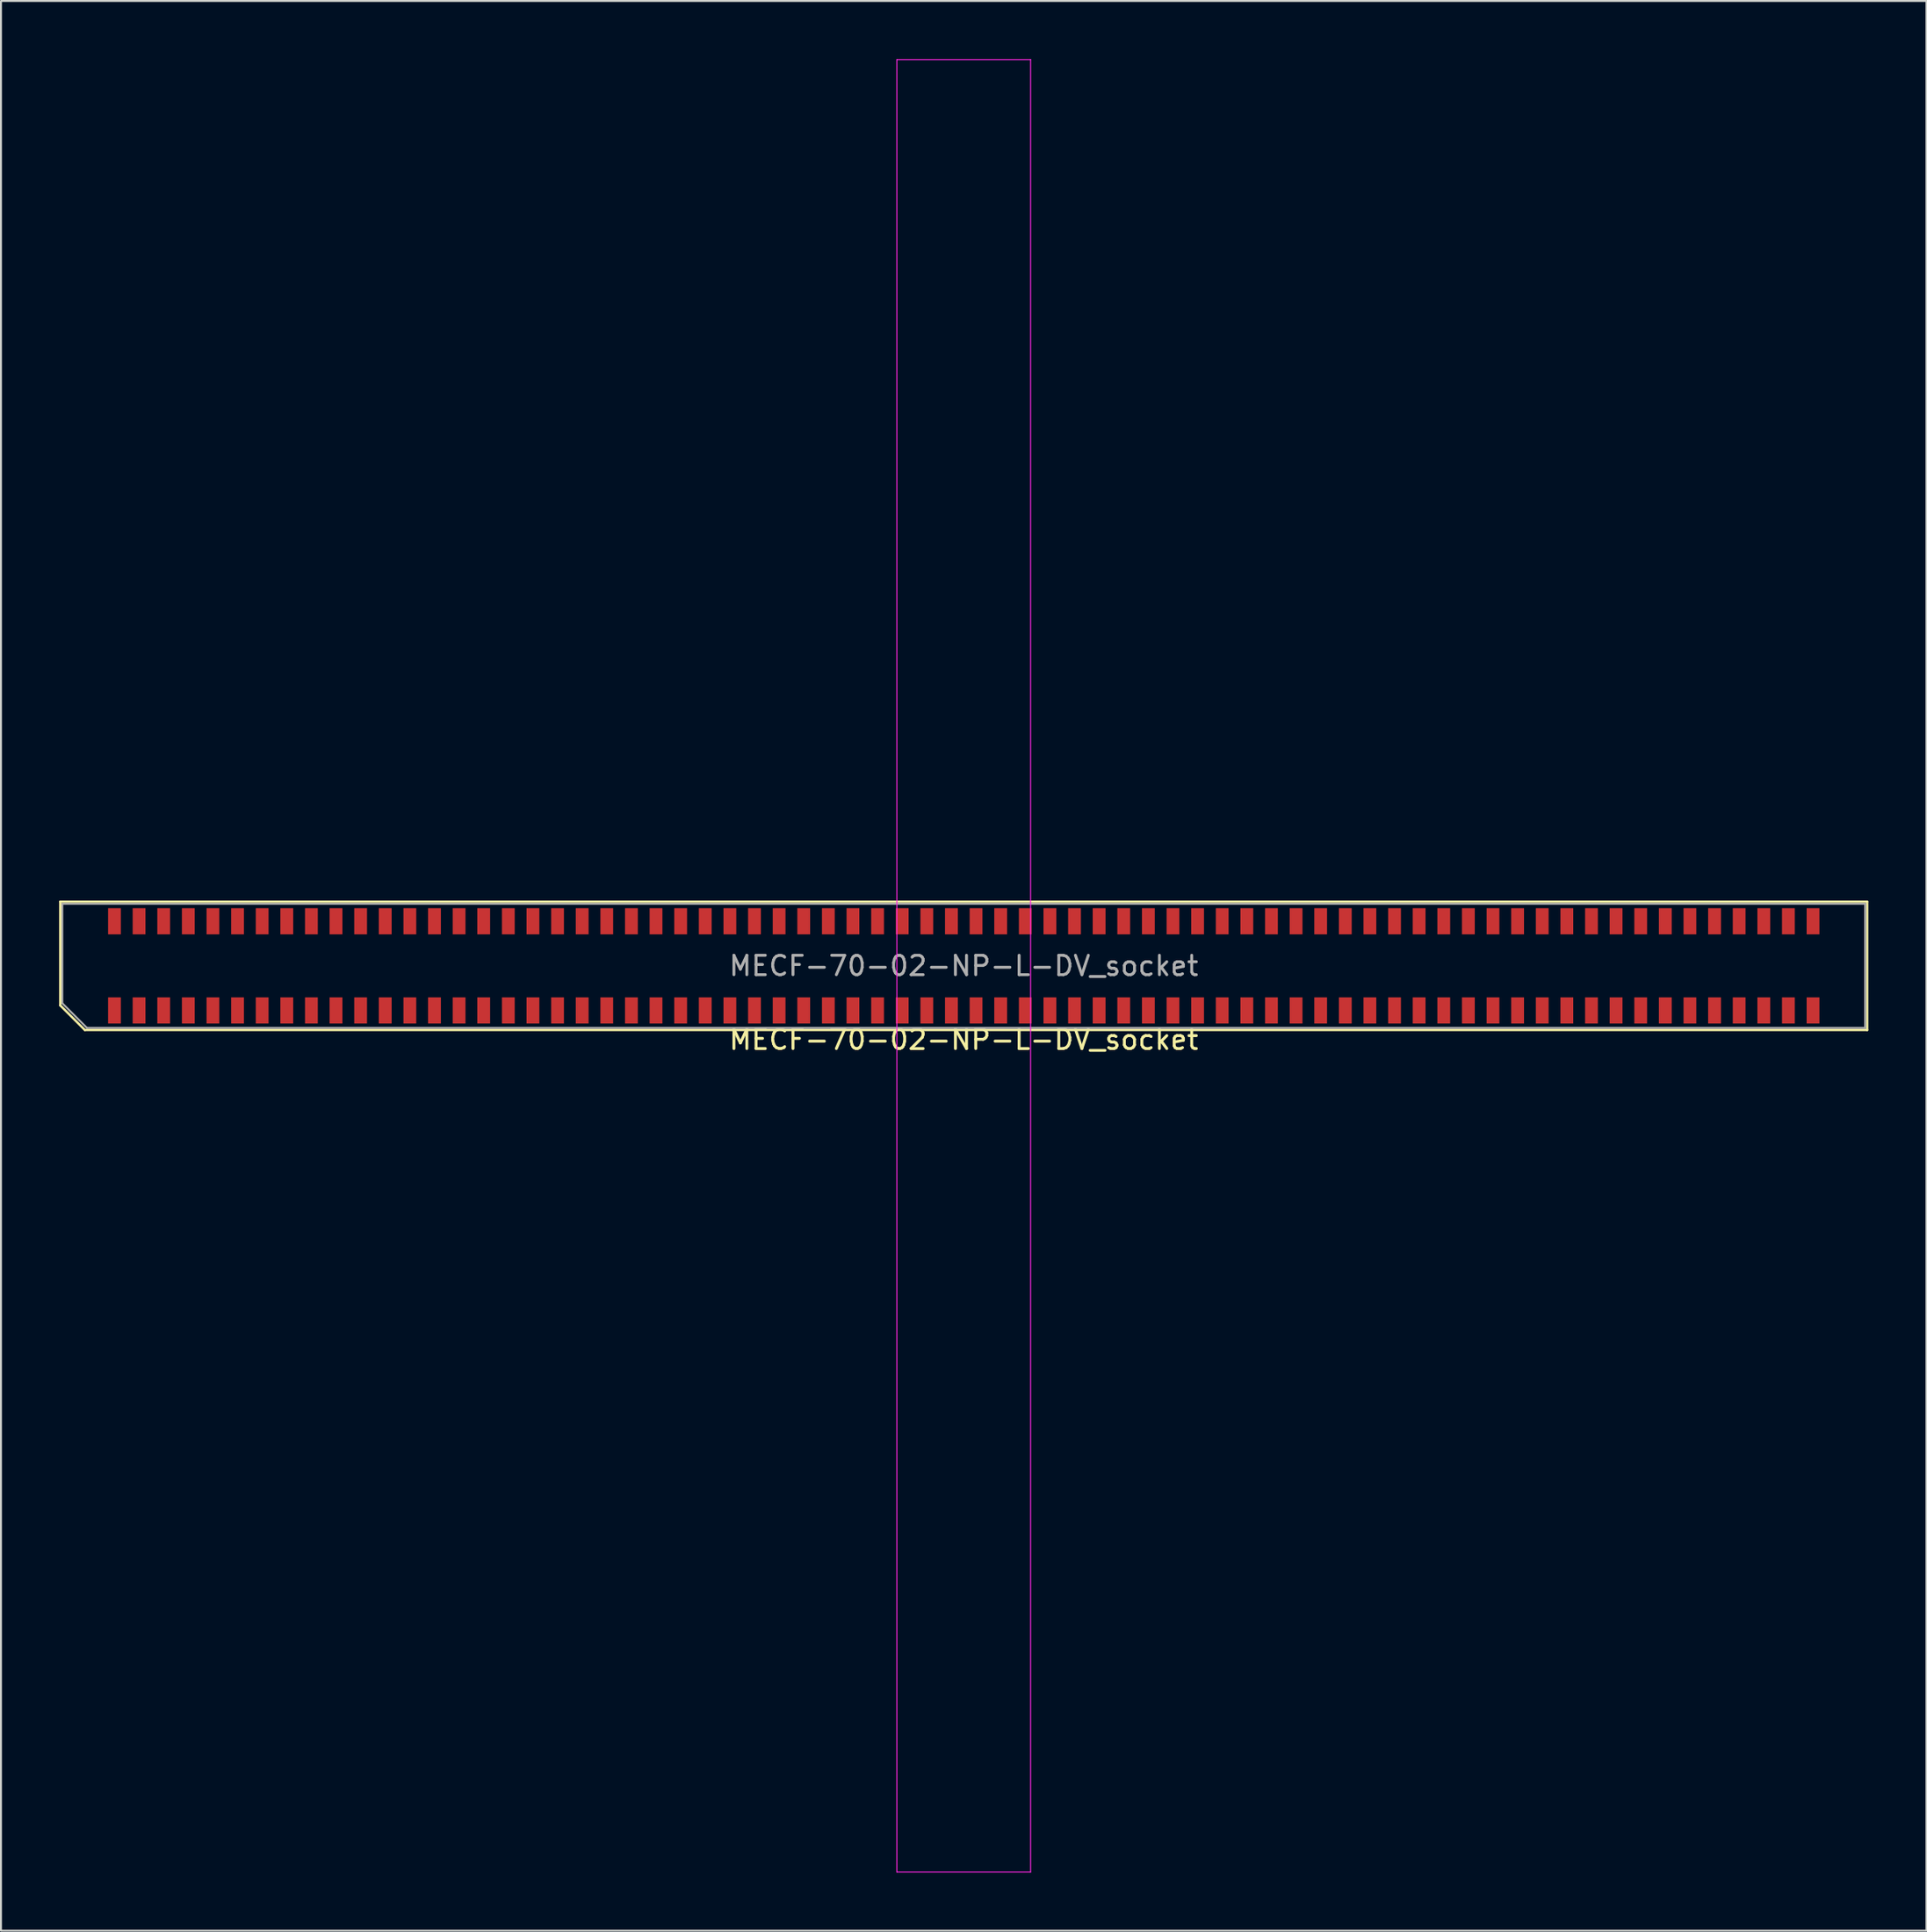
<source format=kicad_pcb>
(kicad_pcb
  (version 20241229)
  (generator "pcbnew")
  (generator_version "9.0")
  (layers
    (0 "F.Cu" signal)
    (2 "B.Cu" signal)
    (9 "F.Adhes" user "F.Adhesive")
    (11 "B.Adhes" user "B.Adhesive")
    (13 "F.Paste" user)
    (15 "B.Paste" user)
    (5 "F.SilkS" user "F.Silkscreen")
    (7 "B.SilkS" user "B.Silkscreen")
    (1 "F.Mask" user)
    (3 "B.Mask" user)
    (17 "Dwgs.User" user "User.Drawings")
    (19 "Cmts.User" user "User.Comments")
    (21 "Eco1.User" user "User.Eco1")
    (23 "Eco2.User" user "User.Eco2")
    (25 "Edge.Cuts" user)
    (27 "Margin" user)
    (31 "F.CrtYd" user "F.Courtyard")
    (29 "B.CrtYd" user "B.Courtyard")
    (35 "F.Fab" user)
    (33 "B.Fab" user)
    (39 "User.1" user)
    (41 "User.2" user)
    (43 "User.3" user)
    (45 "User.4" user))
  (footprint "MECF-70-02-NP-L-DV_socket"
    (layer "F.Cu")
    (at 46.67 46.775)
    (property "Reference" "MECF-70-02-NP-L-DV_socket" (at 0 3.81 0) (layer "F.SilkS") (effects (font (size 1 1) (thickness 0.15))))
    (attr smd)
    (fp_line (start -46.61 -3.31) (end 46.61 -3.31) (stroke (width 0.12) (type solid)) (layer "F.SilkS"))
    (fp_line (start -46.61 2.04) (end -46.61 -3.31) (stroke (width 0.12) (type solid)) (layer "F.SilkS"))
    (fp_line (start -45.34 3.31) (end -46.61 2.04) (stroke (width 0.12) (type solid)) (layer "F.SilkS"))
    (fp_line (start -45.34 3.31) (end 46.61 3.31) (stroke (width 0.12) (type solid)) (layer "F.SilkS"))
    (fp_line (start 46.61 3.31) (end 46.61 -3.31) (stroke (width 0.12) (type solid)) (layer "F.SilkS"))
    (fp_line (start -3.45 -46.75) (end -3.45 46.75) (stroke (width 0.05) (type solid)) (layer "F.CrtYd"))
    (fp_line (start -3.45 46.75) (end 3.45 46.75) (stroke (width 0.05) (type solid)) (layer "F.CrtYd"))
    (fp_line (start 3.45 -46.75) (end -3.45 -46.75) (stroke (width 0.05) (type solid)) (layer "F.CrtYd"))
    (fp_line (start 3.45 46.75) (end 3.45 -46.75) (stroke (width 0.05) (type solid)) (layer "F.CrtYd"))
    (fp_line (start -46.505 -3.2) (end 46.505 -3.2) (stroke (width 0.1) (type solid)) (layer "F.Fab"))
    (fp_line (start -46.505 1.93) (end -46.505 -3.2) (stroke (width 0.1) (type solid)) (layer "F.Fab"))
    (fp_line (start -46.505 1.93) (end -45.235 3.2) (stroke (width 0.1) (type solid)) (layer "F.Fab"))
    (fp_line (start -45.235 3.2) (end 46.505 3.2) (stroke (width 0.1) (type solid)) (layer "F.Fab"))
    (fp_line (start 46.505 3.2) (end 46.505 -3.2) (stroke (width 0.1) (type solid)) (layer "F.Fab"))
    (fp_text user "${REFERENCE}" (at 0 0 0) (layer "F.Fab") (effects (font (size 1 1) (thickness 0.15))))
    (pad "" np_thru_hole circle (at -45.595 0) (size 0.001 0.001) (drill 1.45) (layers "*.Cu" "*.Mask"))
    (pad "" np_thru_hole circle (at 45.595 1) (size 0.001 0.001) (drill 1.45) (layers "*.Cu" "*.Mask"))
    (pad "1" smd rect (at -43.815 2.3) (size 0.66 1.35) (layers "F.Cu" "F.Mask" "F.Paste"))
    (pad "2" smd rect (at -43.815 -2.3) (size 0.66 1.35) (layers "F.Cu" "F.Mask" "F.Paste"))
    (pad "3" smd rect (at -42.545 2.3) (size 0.66 1.35) (layers "F.Cu" "F.Mask" "F.Paste"))
    (pad "4" smd rect (at -42.545 -2.3) (size 0.66 1.35) (layers "F.Cu" "F.Mask" "F.Paste"))
    (pad "5" smd rect (at -41.275 2.3) (size 0.66 1.35) (layers "F.Cu" "F.Mask" "F.Paste"))
    (pad "6" smd rect (at -41.275 -2.3) (size 0.66 1.35) (layers "F.Cu" "F.Mask" "F.Paste"))
    (pad "7" smd rect (at -40.005 2.3) (size 0.66 1.35) (layers "F.Cu" "F.Mask" "F.Paste"))
    (pad "8" smd rect (at -40.005 -2.3) (size 0.66 1.35) (layers "F.Cu" "F.Mask" "F.Paste"))
    (pad "9" smd rect (at -38.735 2.3) (size 0.66 1.35) (layers "F.Cu" "F.Mask" "F.Paste"))
    (pad "10" smd rect (at -38.735 -2.3) (size 0.66 1.35) (layers "F.Cu" "F.Mask" "F.Paste"))
    (pad "11" smd rect (at -37.465 2.3) (size 0.66 1.35) (layers "F.Cu" "F.Mask" "F.Paste"))
    (pad "12" smd rect (at -37.465 -2.3) (size 0.66 1.35) (layers "F.Cu" "F.Mask" "F.Paste"))
    (pad "13" smd rect (at -36.195 2.3) (size 0.66 1.35) (layers "F.Cu" "F.Mask" "F.Paste"))
    (pad "14" smd rect (at -36.195 -2.3) (size 0.66 1.35) (layers "F.Cu" "F.Mask" "F.Paste"))
    (pad "15" smd rect (at -34.925 2.3) (size 0.66 1.35) (layers "F.Cu" "F.Mask" "F.Paste"))
    (pad "16" smd rect (at -34.925 -2.3) (size 0.66 1.35) (layers "F.Cu" "F.Mask" "F.Paste"))
    (pad "17" smd rect (at -33.655 2.3) (size 0.66 1.35) (layers "F.Cu" "F.Mask" "F.Paste"))
    (pad "18" smd rect (at -33.655 -2.3) (size 0.66 1.35) (layers "F.Cu" "F.Mask" "F.Paste"))
    (pad "19" smd rect (at -32.385 2.3) (size 0.66 1.35) (layers "F.Cu" "F.Mask" "F.Paste"))
    (pad "20" smd rect (at -32.385 -2.3) (size 0.66 1.35) (layers "F.Cu" "F.Mask" "F.Paste"))
    (pad "21" smd rect (at -31.115 2.3) (size 0.66 1.35) (layers "F.Cu" "F.Mask" "F.Paste"))
    (pad "22" smd rect (at -31.115 -2.3) (size 0.66 1.35) (layers "F.Cu" "F.Mask" "F.Paste"))
    (pad "23" smd rect (at -29.845 2.3) (size 0.66 1.35) (layers "F.Cu" "F.Mask" "F.Paste"))
    (pad "24" smd rect (at -29.845 -2.3) (size 0.66 1.35) (layers "F.Cu" "F.Mask" "F.Paste"))
    (pad "25" smd rect (at -28.575 2.3) (size 0.66 1.35) (layers "F.Cu" "F.Mask" "F.Paste"))
    (pad "26" smd rect (at -28.575 -2.3) (size 0.66 1.35) (layers "F.Cu" "F.Mask" "F.Paste"))
    (pad "27" smd rect (at -27.305 2.3) (size 0.66 1.35) (layers "F.Cu" "F.Mask" "F.Paste"))
    (pad "28" smd rect (at -27.305 -2.3) (size 0.66 1.35) (layers "F.Cu" "F.Mask" "F.Paste"))
    (pad "29" smd rect (at -26.035 2.3) (size 0.66 1.35) (layers "F.Cu" "F.Mask" "F.Paste"))
    (pad "30" smd rect (at -26.035 -2.3) (size 0.66 1.35) (layers "F.Cu" "F.Mask" "F.Paste"))
    (pad "31" smd rect (at -24.765 2.3) (size 0.66 1.35) (layers "F.Cu" "F.Mask" "F.Paste"))
    (pad "32" smd rect (at -24.765 -2.3) (size 0.66 1.35) (layers "F.Cu" "F.Mask" "F.Paste"))
    (pad "33" smd rect (at -23.495 2.3) (size 0.66 1.35) (layers "F.Cu" "F.Mask" "F.Paste"))
    (pad "34" smd rect (at -23.495 -2.3) (size 0.66 1.35) (layers "F.Cu" "F.Mask" "F.Paste"))
    (pad "35" smd rect (at -22.225 2.3) (size 0.66 1.35) (layers "F.Cu" "F.Mask" "F.Paste"))
    (pad "36" smd rect (at -22.225 -2.3) (size 0.66 1.35) (layers "F.Cu" "F.Mask" "F.Paste"))
    (pad "37" smd rect (at -20.955 2.3) (size 0.66 1.35) (layers "F.Cu" "F.Mask" "F.Paste"))
    (pad "38" smd rect (at -20.955 -2.3) (size 0.66 1.35) (layers "F.Cu" "F.Mask" "F.Paste"))
    (pad "39" smd rect (at -19.685 2.3) (size 0.66 1.35) (layers "F.Cu" "F.Mask" "F.Paste"))
    (pad "40" smd rect (at -19.685 -2.3) (size 0.66 1.35) (layers "F.Cu" "F.Mask" "F.Paste"))
    (pad "41" smd rect (at -18.415 2.3) (size 0.66 1.35) (layers "F.Cu" "F.Mask" "F.Paste"))
    (pad "42" smd rect (at -18.415 -2.3) (size 0.66 1.35) (layers "F.Cu" "F.Mask" "F.Paste"))
    (pad "43" smd rect (at -17.145 2.3) (size 0.66 1.35) (layers "F.Cu" "F.Mask" "F.Paste"))
    (pad "44" smd rect (at -17.145 -2.3) (size 0.66 1.35) (layers "F.Cu" "F.Mask" "F.Paste"))
    (pad "45" smd rect (at -15.875 2.3) (size 0.66 1.35) (layers "F.Cu" "F.Mask" "F.Paste"))
    (pad "46" smd rect (at -15.875 -2.3) (size 0.66 1.35) (layers "F.Cu" "F.Mask" "F.Paste"))
    (pad "47" smd rect (at -14.605 2.3) (size 0.66 1.35) (layers "F.Cu" "F.Mask" "F.Paste"))
    (pad "48" smd rect (at -14.605 -2.3) (size 0.66 1.35) (layers "F.Cu" "F.Mask" "F.Paste"))
    (pad "49" smd rect (at -13.335 2.3) (size 0.66 1.35) (layers "F.Cu" "F.Mask" "F.Paste"))
    (pad "50" smd rect (at -13.335 -2.3) (size 0.66 1.35) (layers "F.Cu" "F.Mask" "F.Paste"))
    (pad "51" smd rect (at -12.065 2.3) (size 0.66 1.35) (layers "F.Cu" "F.Mask" "F.Paste"))
    (pad "52" smd rect (at -12.065 -2.3) (size 0.66 1.35) (layers "F.Cu" "F.Mask" "F.Paste"))
    (pad "53" smd rect (at -10.795 2.3) (size 0.66 1.35) (layers "F.Cu" "F.Mask" "F.Paste"))
    (pad "54" smd rect (at -10.795 -2.3) (size 0.66 1.35) (layers "F.Cu" "F.Mask" "F.Paste"))
    (pad "55" smd rect (at -9.525 2.3) (size 0.66 1.35) (layers "F.Cu" "F.Mask" "F.Paste"))
    (pad "56" smd rect (at -9.525 -2.3) (size 0.66 1.35) (layers "F.Cu" "F.Mask" "F.Paste"))
    (pad "57" smd rect (at -8.255 2.3) (size 0.66 1.35) (layers "F.Cu" "F.Mask" "F.Paste"))
    (pad "58" smd rect (at -8.255 -2.3) (size 0.66 1.35) (layers "F.Cu" "F.Mask" "F.Paste"))
    (pad "59" smd rect (at -6.985 2.3) (size 0.66 1.35) (layers "F.Cu" "F.Mask" "F.Paste"))
    (pad "60" smd rect (at -6.985 -2.3) (size 0.66 1.35) (layers "F.Cu" "F.Mask" "F.Paste"))
    (pad "61" smd rect (at -5.715 2.3) (size 0.66 1.35) (layers "F.Cu" "F.Mask" "F.Paste"))
    (pad "62" smd rect (at -5.715 -2.3) (size 0.66 1.35) (layers "F.Cu" "F.Mask" "F.Paste"))
    (pad "63" smd rect (at -4.445 2.3) (size 0.66 1.35) (layers "F.Cu" "F.Mask" "F.Paste"))
    (pad "64" smd rect (at -4.445 -2.3) (size 0.66 1.35) (layers "F.Cu" "F.Mask" "F.Paste"))
    (pad "65" smd rect (at -3.175 2.3) (size 0.66 1.35) (layers "F.Cu" "F.Mask" "F.Paste"))
    (pad "66" smd rect (at -3.175 -2.3) (size 0.66 1.35) (layers "F.Cu" "F.Mask" "F.Paste"))
    (pad "67" smd rect (at -1.905 2.3) (size 0.66 1.35) (layers "F.Cu" "F.Mask" "F.Paste"))
    (pad "68" smd rect (at -1.905 -2.3) (size 0.66 1.35) (layers "F.Cu" "F.Mask" "F.Paste"))
    (pad "69" smd rect (at -0.635 2.3) (size 0.66 1.35) (layers "F.Cu" "F.Mask" "F.Paste"))
    (pad "70" smd rect (at -0.635 -2.3) (size 0.66 1.35) (layers "F.Cu" "F.Mask" "F.Paste"))
    (pad "71" smd rect (at 0.635 2.3) (size 0.66 1.35) (layers "F.Cu" "F.Mask" "F.Paste"))
    (pad "72" smd rect (at 0.635 -2.3) (size 0.66 1.35) (layers "F.Cu" "F.Mask" "F.Paste"))
    (pad "73" smd rect (at 1.905 2.3) (size 0.66 1.35) (layers "F.Cu" "F.Mask" "F.Paste"))
    (pad "74" smd rect (at 1.905 -2.3) (size 0.66 1.35) (layers "F.Cu" "F.Mask" "F.Paste"))
    (pad "75" smd rect (at 3.175 2.3) (size 0.66 1.35) (layers "F.Cu" "F.Mask" "F.Paste"))
    (pad "76" smd rect (at 3.175 -2.3) (size 0.66 1.35) (layers "F.Cu" "F.Mask" "F.Paste"))
    (pad "77" smd rect (at 4.445 2.3) (size 0.66 1.35) (layers "F.Cu" "F.Mask" "F.Paste"))
    (pad "78" smd rect (at 4.445 -2.3) (size 0.66 1.35) (layers "F.Cu" "F.Mask" "F.Paste"))
    (pad "79" smd rect (at 5.715 2.3) (size 0.66 1.35) (layers "F.Cu" "F.Mask" "F.Paste"))
    (pad "80" smd rect (at 5.715 -2.3) (size 0.66 1.35) (layers "F.Cu" "F.Mask" "F.Paste"))
    (pad "81" smd rect (at 6.985 2.3) (size 0.66 1.35) (layers "F.Cu" "F.Mask" "F.Paste"))
    (pad "82" smd rect (at 6.985 -2.3) (size 0.66 1.35) (layers "F.Cu" "F.Mask" "F.Paste"))
    (pad "83" smd rect (at 8.255 2.3) (size 0.66 1.35) (layers "F.Cu" "F.Mask" "F.Paste"))
    (pad "84" smd rect (at 8.255 -2.3) (size 0.66 1.35) (layers "F.Cu" "F.Mask" "F.Paste"))
    (pad "85" smd rect (at 9.525 2.3) (size 0.66 1.35) (layers "F.Cu" "F.Mask" "F.Paste"))
    (pad "86" smd rect (at 9.525 -2.3) (size 0.66 1.35) (layers "F.Cu" "F.Mask" "F.Paste"))
    (pad "87" smd rect (at 10.795 2.3) (size 0.66 1.35) (layers "F.Cu" "F.Mask" "F.Paste"))
    (pad "88" smd rect (at 10.795 -2.3) (size 0.66 1.35) (layers "F.Cu" "F.Mask" "F.Paste"))
    (pad "89" smd rect (at 12.065 2.3) (size 0.66 1.35) (layers "F.Cu" "F.Mask" "F.Paste"))
    (pad "90" smd rect (at 12.065 -2.3) (size 0.66 1.35) (layers "F.Cu" "F.Mask" "F.Paste"))
    (pad "91" smd rect (at 13.335 2.3) (size 0.66 1.35) (layers "F.Cu" "F.Mask" "F.Paste"))
    (pad "92" smd rect (at 13.335 -2.3) (size 0.66 1.35) (layers "F.Cu" "F.Mask" "F.Paste"))
    (pad "93" smd rect (at 14.605 2.3) (size 0.66 1.35) (layers "F.Cu" "F.Mask" "F.Paste"))
    (pad "94" smd rect (at 14.605 -2.3) (size 0.66 1.35) (layers "F.Cu" "F.Mask" "F.Paste"))
    (pad "95" smd rect (at 15.875 2.3) (size 0.66 1.35) (layers "F.Cu" "F.Mask" "F.Paste"))
    (pad "96" smd rect (at 15.875 -2.3) (size 0.66 1.35) (layers "F.Cu" "F.Mask" "F.Paste"))
    (pad "97" smd rect (at 17.145 2.3) (size 0.66 1.35) (layers "F.Cu" "F.Mask" "F.Paste"))
    (pad "98" smd rect (at 17.145 -2.3) (size 0.66 1.35) (layers "F.Cu" "F.Mask" "F.Paste"))
    (pad "99" smd rect (at 18.415 2.3) (size 0.66 1.35) (layers "F.Cu" "F.Mask" "F.Paste"))
    (pad "100" smd rect (at 18.415 -2.3) (size 0.66 1.35) (layers "F.Cu" "F.Mask" "F.Paste"))
    (pad "101" smd rect (at 19.685 2.3) (size 0.66 1.35) (layers "F.Cu" "F.Mask" "F.Paste"))
    (pad "102" smd rect (at 19.685 -2.3) (size 0.66 1.35) (layers "F.Cu" "F.Mask" "F.Paste"))
    (pad "103" smd rect (at 20.955 2.3) (size 0.66 1.35) (layers "F.Cu" "F.Mask" "F.Paste"))
    (pad "104" smd rect (at 20.955 -2.3) (size 0.66 1.35) (layers "F.Cu" "F.Mask" "F.Paste"))
    (pad "105" smd rect (at 22.225 2.3) (size 0.66 1.35) (layers "F.Cu" "F.Mask" "F.Paste"))
    (pad "106" smd rect (at 22.225 -2.3) (size 0.66 1.35) (layers "F.Cu" "F.Mask" "F.Paste"))
    (pad "107" smd rect (at 23.495 2.3) (size 0.66 1.35) (layers "F.Cu" "F.Mask" "F.Paste"))
    (pad "108" smd rect (at 23.495 -2.3) (size 0.66 1.35) (layers "F.Cu" "F.Mask" "F.Paste"))
    (pad "109" smd rect (at 24.765 2.3) (size 0.66 1.35) (layers "F.Cu" "F.Mask" "F.Paste"))
    (pad "110" smd rect (at 24.765 -2.3) (size 0.66 1.35) (layers "F.Cu" "F.Mask" "F.Paste"))
    (pad "111" smd rect (at 26.035 2.3) (size 0.66 1.35) (layers "F.Cu" "F.Mask" "F.Paste"))
    (pad "112" smd rect (at 26.035 -2.3) (size 0.66 1.35) (layers "F.Cu" "F.Mask" "F.Paste"))
    (pad "113" smd rect (at 27.305 2.3) (size 0.66 1.35) (layers "F.Cu" "F.Mask" "F.Paste"))
    (pad "114" smd rect (at 27.305 -2.3) (size 0.66 1.35) (layers "F.Cu" "F.Mask" "F.Paste"))
    (pad "115" smd rect (at 28.575 2.3) (size 0.66 1.35) (layers "F.Cu" "F.Mask" "F.Paste"))
    (pad "116" smd rect (at 28.575 -2.3) (size 0.66 1.35) (layers "F.Cu" "F.Mask" "F.Paste"))
    (pad "117" smd rect (at 29.845 2.3) (size 0.66 1.35) (layers "F.Cu" "F.Mask" "F.Paste"))
    (pad "118" smd rect (at 29.845 -2.3) (size 0.66 1.35) (layers "F.Cu" "F.Mask" "F.Paste"))
    (pad "119" smd rect (at 31.115 2.3) (size 0.66 1.35) (layers "F.Cu" "F.Mask" "F.Paste"))
    (pad "120" smd rect (at 31.115 -2.3) (size 0.66 1.35) (layers "F.Cu" "F.Mask" "F.Paste"))
    (pad "121" smd rect (at 32.385 2.3) (size 0.66 1.35) (layers "F.Cu" "F.Mask" "F.Paste"))
    (pad "122" smd rect (at 32.385 -2.3) (size 0.66 1.35) (layers "F.Cu" "F.Mask" "F.Paste"))
    (pad "123" smd rect (at 33.655 2.3) (size 0.66 1.35) (layers "F.Cu" "F.Mask" "F.Paste"))
    (pad "124" smd rect (at 33.655 -2.3) (size 0.66 1.35) (layers "F.Cu" "F.Mask" "F.Paste"))
    (pad "125" smd rect (at 34.925 2.3) (size 0.66 1.35) (layers "F.Cu" "F.Mask" "F.Paste"))
    (pad "126" smd rect (at 34.925 -2.3) (size 0.66 1.35) (layers "F.Cu" "F.Mask" "F.Paste"))
    (pad "127" smd rect (at 36.195 2.3) (size 0.66 1.35) (layers "F.Cu" "F.Mask" "F.Paste"))
    (pad "128" smd rect (at 36.195 -2.3) (size 0.66 1.35) (layers "F.Cu" "F.Mask" "F.Paste"))
    (pad "129" smd rect (at 37.465 2.3) (size 0.66 1.35) (layers "F.Cu" "F.Mask" "F.Paste"))
    (pad "130" smd rect (at 37.465 -2.3) (size 0.66 1.35) (layers "F.Cu" "F.Mask" "F.Paste"))
    (pad "131" smd rect (at 38.735 2.3) (size 0.66 1.35) (layers "F.Cu" "F.Mask" "F.Paste"))
    (pad "132" smd rect (at 38.735 -2.3) (size 0.66 1.35) (layers "F.Cu" "F.Mask" "F.Paste"))
    (pad "133" smd rect (at 40.005 2.3) (size 0.66 1.35) (layers "F.Cu" "F.Mask" "F.Paste"))
    (pad "134" smd rect (at 40.005 -2.3) (size 0.66 1.35) (layers "F.Cu" "F.Mask" "F.Paste"))
    (pad "135" smd rect (at 41.275 2.3) (size 0.66 1.35) (layers "F.Cu" "F.Mask" "F.Paste"))
    (pad "136" smd rect (at 41.275 -2.3) (size 0.66 1.35) (layers "F.Cu" "F.Mask" "F.Paste"))
    (pad "137" smd rect (at 42.545 2.3) (size 0.66 1.35) (layers "F.Cu" "F.Mask" "F.Paste"))
    (pad "138" smd rect (at 42.545 -2.3) (size 0.66 1.35) (layers "F.Cu" "F.Mask" "F.Paste"))
    (pad "139" smd rect (at 43.815 2.3) (size 0.66 1.35) (layers "F.Cu" "F.Mask" "F.Paste"))
    (pad "140" smd rect (at 43.815 -2.3) (size 0.66 1.35) (layers "F.Cu" "F.Mask" "F.Paste")))
  (gr_rect
    (start -3 -3)
    (end 96.34 96.55)
    (stroke (width 0.1) (type default))
    (fill no)
    (layer "Edge.Cuts")))
</source>
